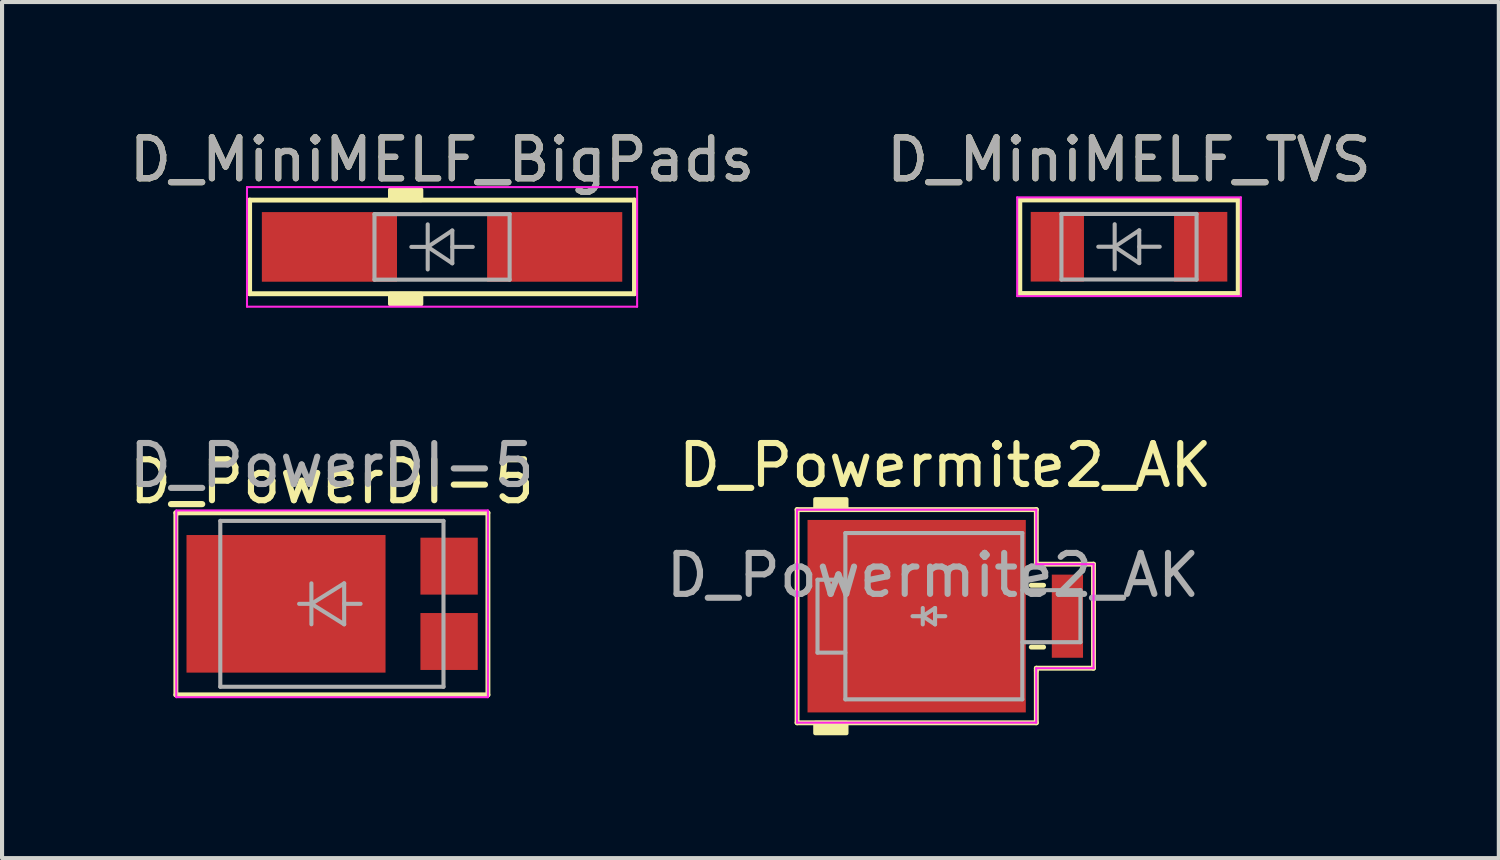
<source format=kicad_pcb>
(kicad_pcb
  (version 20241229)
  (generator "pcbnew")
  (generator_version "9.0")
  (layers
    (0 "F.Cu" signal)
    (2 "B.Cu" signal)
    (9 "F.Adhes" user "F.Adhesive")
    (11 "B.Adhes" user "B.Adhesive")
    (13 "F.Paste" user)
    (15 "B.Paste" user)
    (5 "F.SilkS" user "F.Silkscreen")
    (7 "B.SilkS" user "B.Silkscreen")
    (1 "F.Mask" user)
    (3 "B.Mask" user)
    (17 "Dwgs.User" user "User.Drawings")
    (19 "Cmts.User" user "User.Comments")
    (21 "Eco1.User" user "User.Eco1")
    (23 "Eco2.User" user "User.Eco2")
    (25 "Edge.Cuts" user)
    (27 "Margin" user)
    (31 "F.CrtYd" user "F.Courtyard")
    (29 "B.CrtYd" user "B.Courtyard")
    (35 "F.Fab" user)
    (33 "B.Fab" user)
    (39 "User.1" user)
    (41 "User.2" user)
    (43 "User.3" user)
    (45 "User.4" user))
  (footprint "D_Powermite2_AK"
    (layer "F.Cu")
    (at 20.032 11.996)
    (property "Reference" "D_Powermite2_AK" (at 0 -3.683 0) (layer "F.SilkS") (effects (font (size 1 1) (thickness 0.15))))
    (attr smd)
    (fp_line (start -3.619 -2.603) (end -3.619 2.603) (stroke (width 0.12) (type solid)) (layer "F.SilkS"))
    (fp_line (start 2.223 -2.603) (end -3.619 -2.603) (stroke (width 0.12) (type solid)) (layer "F.SilkS"))
    (fp_line (start 2.223 -2.603) (end 2.223 -1.27) (stroke (width 0.12) (type solid)) (layer "F.SilkS"))
    (fp_line (start 2.223 -1.27) (end 3.619 -1.27) (stroke (width 0.12) (type solid)) (layer "F.SilkS"))
    (fp_line (start 2.223 1.27) (end 2.223 1.333) (stroke (width 0.12) (type solid)) (layer "F.SilkS"))
    (fp_line (start 2.223 2.603) (end -3.619 2.603) (stroke (width 0.12) (type solid)) (layer "F.SilkS"))
    (fp_line (start 2.223 2.603) (end 2.223 1.333) (stroke (width 0.12) (type solid)) (layer "F.SilkS"))
    (fp_line (start 2.4 -0.755) (end 2.1 -0.755) (stroke (width 0.12) (type solid)) (layer "F.SilkS"))
    (fp_line (start 2.4 0.755) (end 2.1 0.755) (stroke (width 0.12) (type solid)) (layer "F.SilkS"))
    (fp_line (start 3.619 -1.27) (end 3.619 1.27) (stroke (width 0.12) (type solid)) (layer "F.SilkS"))
    (fp_line (start 3.619 1.27) (end 2.223 1.27) (stroke (width 0.12) (type solid)) (layer "F.SilkS"))
    (fp_poly (pts (xy -2.413 -2.603) (xy -3.175 -2.603) (xy -3.175 -2.857) (xy -2.413 -2.857)) (stroke (width 0.1) (type solid)) (fill yes) (layer "F.SilkS"))
    (fp_poly (pts (xy -2.413 2.857) (xy -3.175 2.857) (xy -3.175 2.603) (xy -2.413 2.603)) (stroke (width 0.1) (type solid)) (fill yes) (layer "F.SilkS"))
    (fp_line (start -3.62 -2.6) (end -3.62 2.6) (stroke (width 0.05) (type solid)) (layer "F.CrtYd"))
    (fp_line (start -3.62 2.6) (end 2.22 2.6) (stroke (width 0.05) (type solid)) (layer "F.CrtYd"))
    (fp_line (start 2.22 -2.6) (end -3.62 -2.6) (stroke (width 0.05) (type solid)) (layer "F.CrtYd"))
    (fp_line (start 2.22 -1.27) (end 2.22 -2.6) (stroke (width 0.05) (type solid)) (layer "F.CrtYd"))
    (fp_line (start 2.22 1.27) (end 3.62 1.27) (stroke (width 0.05) (type solid)) (layer "F.CrtYd"))
    (fp_line (start 2.22 2.6) (end 2.22 1.27) (stroke (width 0.05) (type solid)) (layer "F.CrtYd"))
    (fp_line (start 3.62 -1.27) (end 2.22 -1.27) (stroke (width 0.05) (type solid)) (layer "F.CrtYd"))
    (fp_line (start 3.62 1.27) (end 3.62 -1.27) (stroke (width 0.05) (type solid)) (layer "F.CrtYd"))
    (fp_line (start -3.12 -0.89) (end -2.44 -0.89) (stroke (width 0.1) (type solid)) (layer "F.Fab"))
    (fp_line (start -3.12 0.89) (end -3.12 -0.89) (stroke (width 0.1) (type solid)) (layer "F.Fab"))
    (fp_line (start -2.44 -2.03) (end -2.44 2.03) (stroke (width 0.1) (type solid)) (layer "F.Fab"))
    (fp_line (start -2.44 0.89) (end -3.12 0.89) (stroke (width 0.1) (type solid)) (layer "F.Fab"))
    (fp_line (start -2.44 2.03) (end 1.88 2.03) (stroke (width 0.1) (type solid)) (layer "F.Fab"))
    (fp_line (start -0.55 0) (end -0.8 0) (stroke (width 0.1) (type solid)) (layer "F.Fab"))
    (fp_line (start -0.55 0) (end -0.25 0.2) (stroke (width 0.1) (type solid)) (layer "F.Fab"))
    (fp_line (start -0.55 0.2) (end -0.55 -0.2) (stroke (width 0.1) (type solid)) (layer "F.Fab"))
    (fp_line (start -0.25 -0.2) (end -0.55 0) (stroke (width 0.1) (type solid)) (layer "F.Fab"))
    (fp_line (start -0.25 0) (end 0 0) (stroke (width 0.1) (type solid)) (layer "F.Fab"))
    (fp_line (start -0.25 0.2) (end -0.25 -0.2) (stroke (width 0.1) (type solid)) (layer "F.Fab"))
    (fp_line (start 1.88 -2.03) (end -2.44 -2.03) (stroke (width 0.1) (type solid)) (layer "F.Fab"))
    (fp_line (start 1.88 2.03) (end 1.88 -2.03) (stroke (width 0.1) (type solid)) (layer "F.Fab"))
    (fp_line (start 3.3 -0.635) (end 1.88 -0.635) (stroke (width 0.1) (type solid)) (layer "F.Fab"))
    (fp_line (start 3.3 0.635) (end 1.88 0.635) (stroke (width 0.1) (type solid)) (layer "F.Fab"))
    (fp_line (start 3.3 0.635) (end 3.3 -0.635) (stroke (width 0.1) (type solid)) (layer "F.Fab"))
    (fp_text user "${REFERENCE}" (at -0.3 -1 0) (layer "F.Fab") (effects (font (size 1 1) (thickness 0.15))))
    (pad "1" smd rect (at -0.699 0) (size 5.33 4.7) (layers "F.Cu" "F.Mask" "F.Paste"))
    (pad "2" smd rect (at 2.982 0) (size 0.762 2.03) (layers "F.Cu" "F.Mask" "F.Paste")))
  (footprint "D_PowerDI-5"
    (layer "F.Cu")
    (at 5.054 11.694)
    (property "Reference" "D_PowerDI-5" (at 0 -2.985 0) (layer "F.SilkS") (effects (font (size 1 1) (thickness 0.15))))
    (attr smd)
    (fp_line (start -3.81 -2.223) (end -3.747 -2.223) (stroke (width 0.12) (type solid)) (layer "F.SilkS"))
    (fp_line (start -3.81 2.223) (end -3.81 -2.223) (stroke (width 0.12) (type solid)) (layer "F.SilkS"))
    (fp_line (start -3.747 -2.223) (end 3.81 -2.223) (stroke (width 0.12) (type solid)) (layer "F.SilkS"))
    (fp_line (start 3.81 -2.223) (end 3.81 2.223) (stroke (width 0.12) (type solid)) (layer "F.SilkS"))
    (fp_line (start 3.81 2.223) (end -3.81 2.223) (stroke (width 0.12) (type solid)) (layer "F.SilkS"))
    (fp_line (start -3.8 -2.28) (end 3.81 -2.28) (stroke (width 0.05) (type solid)) (layer "F.CrtYd"))
    (fp_line (start -3.8 2.28) (end -3.8 -2.28) (stroke (width 0.05) (type solid)) (layer "F.CrtYd"))
    (fp_line (start 3.81 -2.28) (end 3.81 2.28) (stroke (width 0.05) (type solid)) (layer "F.CrtYd"))
    (fp_line (start 3.81 2.28) (end -3.8 2.28) (stroke (width 0.05) (type solid)) (layer "F.CrtYd"))
    (fp_line (start -2.725 -2.025) (end 2.725 -2.025) (stroke (width 0.1) (type solid)) (layer "F.Fab"))
    (fp_line (start -2.725 2.025) (end -2.725 -2.025) (stroke (width 0.1) (type solid)) (layer "F.Fab"))
    (fp_line (start -0.8 0) (end -0.5 0) (stroke (width 0.1) (type solid)) (layer "F.Fab"))
    (fp_line (start -0.5 0) (end -0.5 -0.5) (stroke (width 0.1) (type solid)) (layer "F.Fab"))
    (fp_line (start -0.5 0) (end -0.5 0.5) (stroke (width 0.1) (type solid)) (layer "F.Fab"))
    (fp_line (start -0.5 0) (end 0.3 0.5) (stroke (width 0.1) (type solid)) (layer "F.Fab"))
    (fp_line (start 0.3 -0.5) (end -0.5 0) (stroke (width 0.1) (type solid)) (layer "F.Fab"))
    (fp_line (start 0.3 0) (end 0.7 0) (stroke (width 0.1) (type solid)) (layer "F.Fab"))
    (fp_line (start 0.3 0.5) (end 0.3 -0.5) (stroke (width 0.1) (type solid)) (layer "F.Fab"))
    (fp_line (start 2.725 -2.025) (end 2.725 2.025) (stroke (width 0.1) (type solid)) (layer "F.Fab"))
    (fp_line (start 2.725 2.025) (end -2.725 2.025) (stroke (width 0.1) (type solid)) (layer "F.Fab"))
    (fp_text user "${REFERENCE}" (at 0 -3.381 0) (layer "F.Fab") (effects (font (size 1 1) (thickness 0.15))))
    (pad "1" smd rect (at -1.12 0 180) (size 4.86 3.36) (layers "F.Cu" "F.Mask" "F.Paste"))
    (pad "2" smd rect (at 2.862 -0.92 180) (size 1.4 1.39) (layers "F.Cu" "F.Mask" "F.Paste"))
    (pad "2" smd rect (at 2.862 0.92 180) (size 1.4 1.39) (layers "F.Cu" "F.Mask" "F.Paste")))
  (footprint "D_MiniMELF_BigPads"
    (layer "F.Cu")
    (at 7.744 2.979)
    (property "Reference" "D_MiniMELF_BigPads" (at 0 -2.131 0) (layer "F.SilkS") (effects (font (size 1 1) (thickness 0.15))))
    (attr smd)
    (fp_line (start -4.699 -1.143) (end -4.699 1.143) (stroke (width 0.12) (type solid)) (layer "F.SilkS"))
    (fp_line (start -4.699 1.143) (end 4.699 1.143) (stroke (width 0.12) (type solid)) (layer "F.SilkS"))
    (fp_line (start 4.699 -1.143) (end -4.699 -1.143) (stroke (width 0.12) (type solid)) (layer "F.SilkS"))
    (fp_line (start 4.699 1.143) (end 4.699 -1.143) (stroke (width 0.12) (type solid)) (layer "F.SilkS"))
    (fp_poly (pts (xy -0.508 -1.143) (xy -1.27 -1.143) (xy -1.27 -1.397) (xy -0.508 -1.397)) (stroke (width 0.1) (type solid)) (fill yes) (layer "F.SilkS"))
    (fp_poly (pts (xy -0.508 1.397) (xy -1.27 1.397) (xy -1.27 1.143) (xy -0.508 1.143)) (stroke (width 0.1) (type solid)) (fill yes) (layer "F.SilkS"))
    (fp_line (start -4.763 -1.46) (end 4.763 -1.46) (stroke (width 0.05) (type solid)) (layer "F.CrtYd"))
    (fp_line (start -4.763 1.46) (end -4.763 -1.46) (stroke (width 0.05) (type solid)) (layer "F.CrtYd"))
    (fp_line (start 4.763 -1.46) (end 4.763 1.46) (stroke (width 0.05) (type solid)) (layer "F.CrtYd"))
    (fp_line (start 4.763 1.46) (end -4.763 1.46) (stroke (width 0.05) (type solid)) (layer "F.CrtYd"))
    (fp_line (start -1.65 -0.8) (end 1.65 -0.8) (stroke (width 0.1) (type solid)) (layer "F.Fab"))
    (fp_line (start -1.65 0.8) (end -1.65 -0.8) (stroke (width 0.1) (type solid)) (layer "F.Fab"))
    (fp_line (start -0.75 0) (end -0.35 0) (stroke (width 0.1) (type solid)) (layer "F.Fab"))
    (fp_line (start -0.35 0) (end -0.35 -0.55) (stroke (width 0.1) (type solid)) (layer "F.Fab"))
    (fp_line (start -0.35 0) (end -0.35 0.55) (stroke (width 0.1) (type solid)) (layer "F.Fab"))
    (fp_line (start -0.35 0) (end 0.25 -0.4) (stroke (width 0.1) (type solid)) (layer "F.Fab"))
    (fp_line (start 0.25 -0.4) (end 0.25 0.4) (stroke (width 0.1) (type solid)) (layer "F.Fab"))
    (fp_line (start 0.25 0) (end 0.75 0) (stroke (width 0.1) (type solid)) (layer "F.Fab"))
    (fp_line (start 0.25 0.4) (end -0.35 0) (stroke (width 0.1) (type solid)) (layer "F.Fab"))
    (fp_line (start 1.65 -0.8) (end 1.65 0.8) (stroke (width 0.1) (type solid)) (layer "F.Fab"))
    (fp_line (start 1.65 0.8) (end -1.65 0.8) (stroke (width 0.1) (type solid)) (layer "F.Fab"))
    (fp_text user "${REFERENCE}" (at 0 -2.131 0) (layer "F.Fab") (effects (font (size 1 1) (thickness 0.15))))
    (pad "1" smd rect (at -2.75 0) (size 3.3 1.7) (layers "F.Cu" "F.Mask" "F.Paste"))
    (pad "2" smd rect (at 2.75 0) (size 3.3 1.7) (layers "F.Cu" "F.Mask" "F.Paste")))
  (footprint "D_MiniMELF_TVS"
    (layer "F.Cu")
    (at 24.518 2.975)
    (property "Reference" "D_MiniMELF_TVS" (at 0 -2.127 0) (layer "F.SilkS") (effects (font (size 1 1) (thickness 0.15))))
    (attr smd)
    (fp_line (start -2.667 -1.143) (end -2.667 1.143) (stroke (width 0.12) (type solid)) (layer "F.SilkS"))
    (fp_line (start -2.667 1.143) (end 2.667 1.143) (stroke (width 0.12) (type solid)) (layer "F.SilkS"))
    (fp_line (start 2.667 -1.143) (end -2.667 -1.143) (stroke (width 0.12) (type solid)) (layer "F.SilkS"))
    (fp_line (start 2.667 1.143) (end 2.667 -1.143) (stroke (width 0.12) (type solid)) (layer "F.SilkS"))
    (fp_line (start -2.731 -1.206) (end 2.731 -1.206) (stroke (width 0.05) (type solid)) (layer "F.CrtYd"))
    (fp_line (start -2.731 1.206) (end -2.731 -1.206) (stroke (width 0.05) (type solid)) (layer "F.CrtYd"))
    (fp_line (start 2.731 -1.206) (end 2.731 1.206) (stroke (width 0.05) (type solid)) (layer "F.CrtYd"))
    (fp_line (start 2.731 1.206) (end -2.731 1.206) (stroke (width 0.05) (type solid)) (layer "F.CrtYd"))
    (fp_line (start -1.65 -0.8) (end 1.65 -0.8) (stroke (width 0.1) (type solid)) (layer "F.Fab"))
    (fp_line (start -1.65 0.8) (end -1.65 -0.8) (stroke (width 0.1) (type solid)) (layer "F.Fab"))
    (fp_line (start -0.75 0) (end -0.35 0) (stroke (width 0.1) (type solid)) (layer "F.Fab"))
    (fp_line (start -0.35 0) (end -0.35 -0.55) (stroke (width 0.1) (type solid)) (layer "F.Fab"))
    (fp_line (start -0.35 0) (end -0.35 0.55) (stroke (width 0.1) (type solid)) (layer "F.Fab"))
    (fp_line (start -0.35 0) (end 0.25 -0.4) (stroke (width 0.1) (type solid)) (layer "F.Fab"))
    (fp_line (start 0.25 -0.4) (end 0.25 0.4) (stroke (width 0.1) (type solid)) (layer "F.Fab"))
    (fp_line (start 0.25 0) (end 0.75 0) (stroke (width 0.1) (type solid)) (layer "F.Fab"))
    (fp_line (start 0.25 0.4) (end -0.35 0) (stroke (width 0.1) (type solid)) (layer "F.Fab"))
    (fp_line (start 1.65 -0.8) (end 1.65 0.8) (stroke (width 0.1) (type solid)) (layer "F.Fab"))
    (fp_line (start 1.65 0.8) (end -1.65 0.8) (stroke (width 0.1) (type solid)) (layer "F.Fab"))
    (fp_text user "${REFERENCE}" (at 0 -2.127 0) (layer "F.Fab") (effects (font (size 1 1) (thickness 0.15))))
    (pad "1" smd rect (at -1.75 0) (size 1.3 1.7) (layers "F.Cu" "F.Mask" "F.Paste"))
    (pad "2" smd rect (at 1.75 0) (size 1.3 1.7) (layers "F.Cu" "F.Mask" "F.Paste")))
  (gr_rect
    (start -3 -3)
    (end 33.548 17.904)
    (stroke (width 0.1) (type default))
    (fill no)
    (layer "Edge.Cuts")))
</source>
